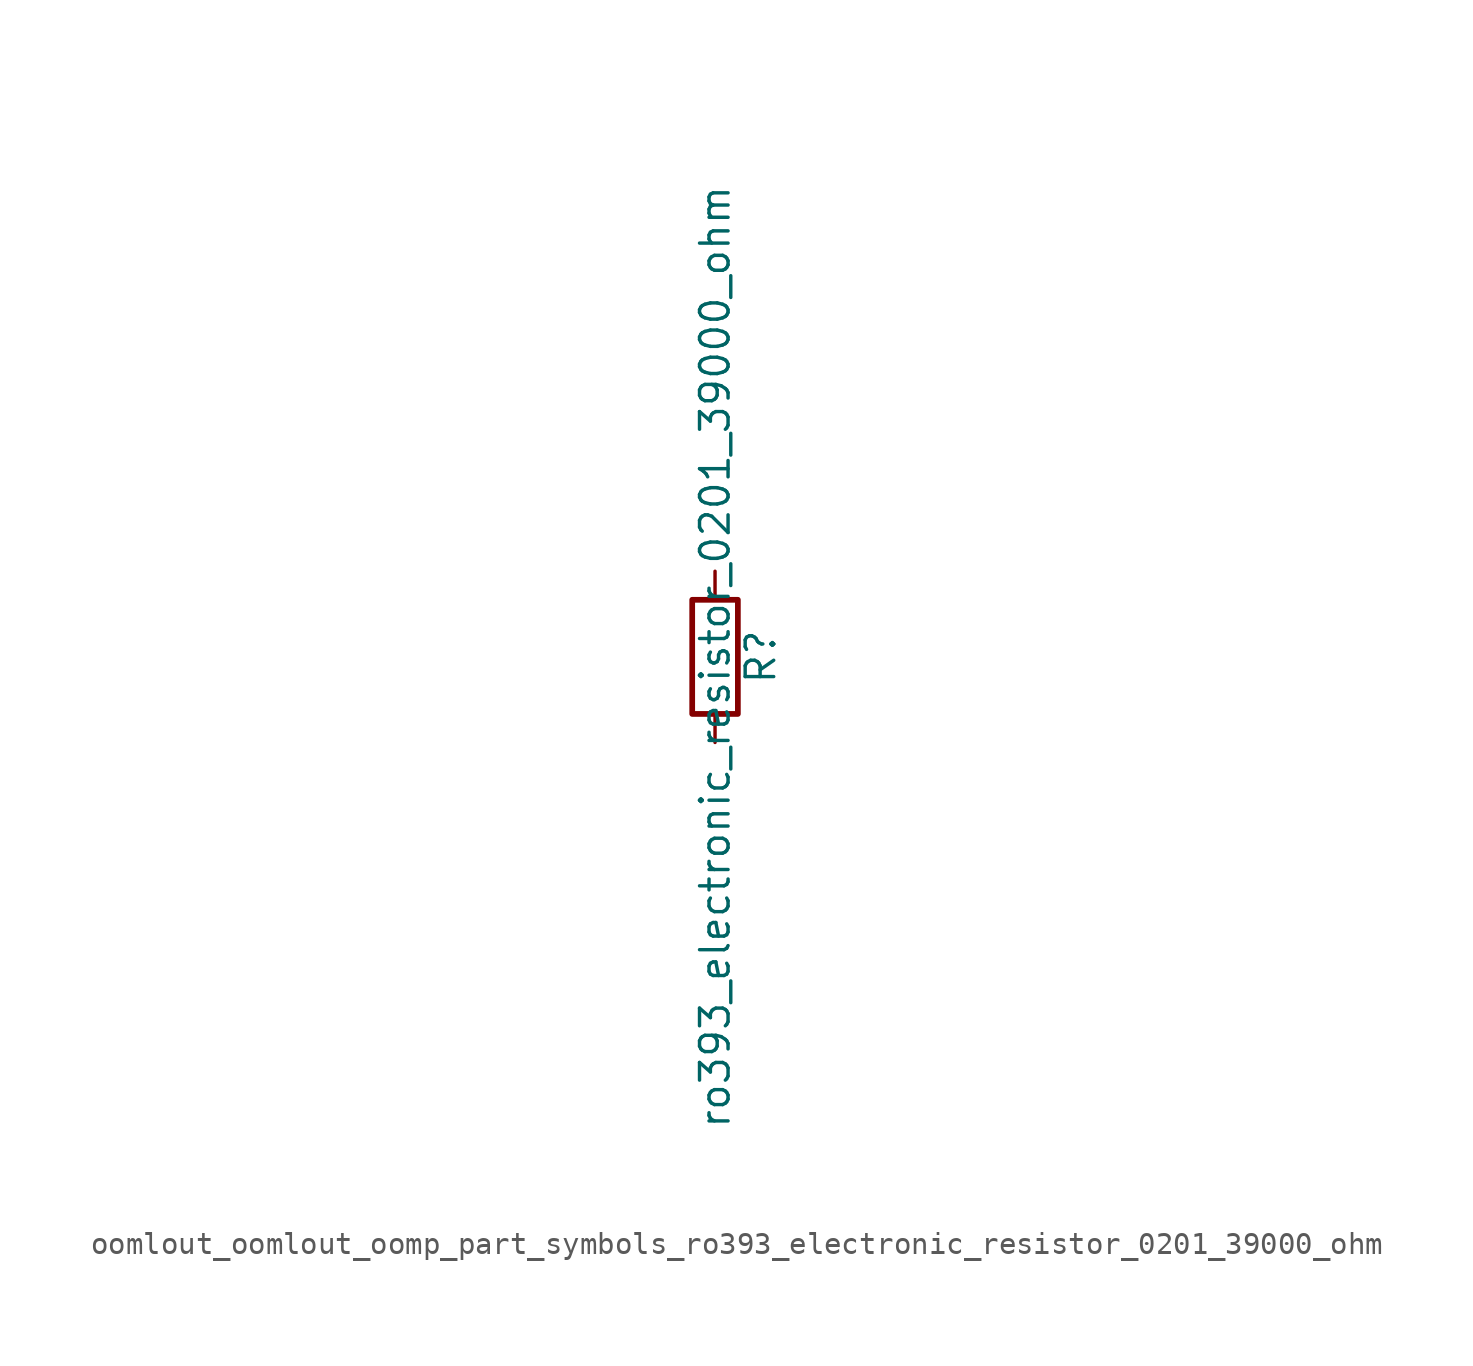
<source format=kicad_sym>
(kicad_symbol_lib
  (version 20220914)
  (generator kicad_symbol_editor)
  (symbol "oomlout_oomlout_oomp_part_symbols_ro393_electronic_resistor_0201_39000_ohm"
    (pin_numbers hide)
    (pin_names
      (offset 0))
    (property "Reference" "R"
      (at 2.032 0 90)
      (effects (font (size 1.27 1.27))))
    (property "Value" "ro393_electronic_resistor_0201_39000_ohm"
      (at 0 0 90)
      (effects (font (size 1.27 1.27))))
    (symbol "oomlout_oomlout_oomp_part_symbols_ro393_electronic_resistor_0201_39000_ohm_0_1"
      (rectangle (start -1.016 -2.54) (end 1.016 2.54) (stroke (width 0.254) (type default)) (fill (type none))))
    (symbol "oomlout_oomlout_oomp_part_symbols_ro393_electronic_resistor_0201_39000_ohm_1_1"
      (pin passive line (at 0 3.81 270) (length 1.27) (name "~" (effects (font (size 1.27 1.27)))) (number "1" (effects (font (size 1.27 1.27)))))
      (pin passive line (at 0 -3.81 90) (length 1.27) (name "~" (effects (font (size 1.27 1.27)))) (number "2" (effects (font (size 1.27 1.27))))))))
</source>
